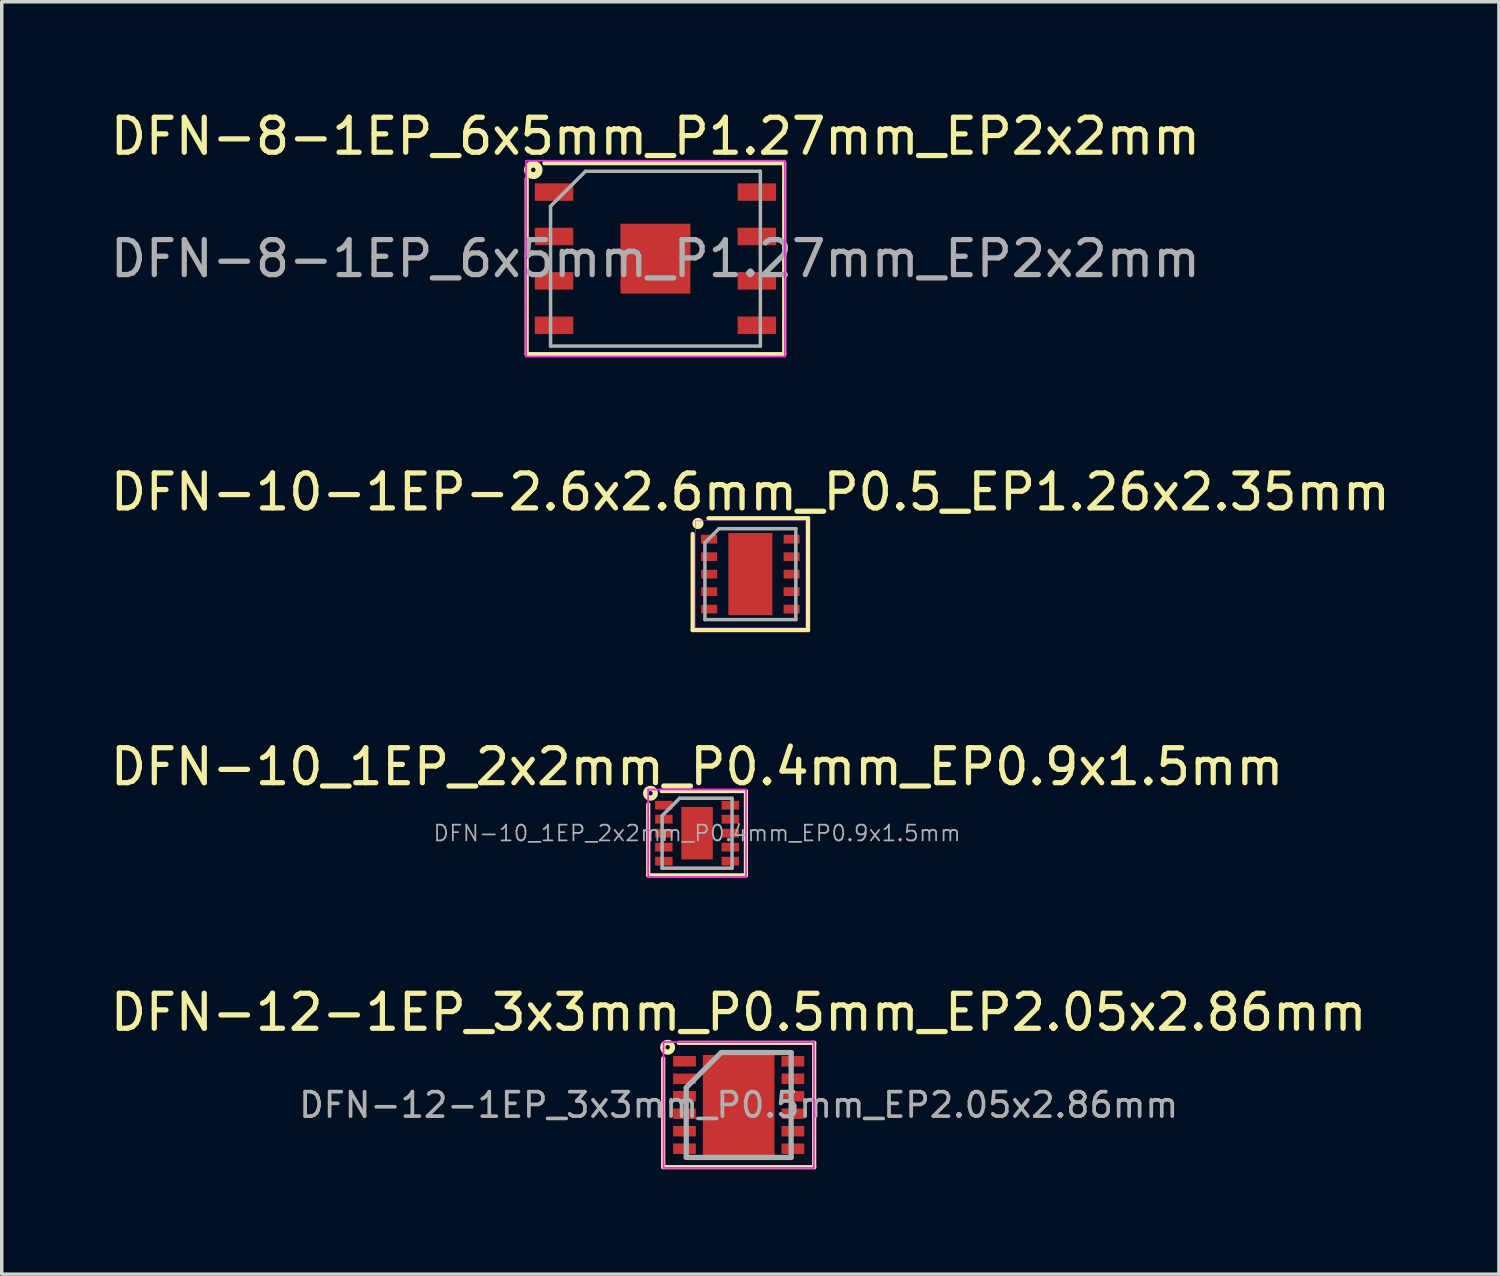
<source format=kicad_pcb>
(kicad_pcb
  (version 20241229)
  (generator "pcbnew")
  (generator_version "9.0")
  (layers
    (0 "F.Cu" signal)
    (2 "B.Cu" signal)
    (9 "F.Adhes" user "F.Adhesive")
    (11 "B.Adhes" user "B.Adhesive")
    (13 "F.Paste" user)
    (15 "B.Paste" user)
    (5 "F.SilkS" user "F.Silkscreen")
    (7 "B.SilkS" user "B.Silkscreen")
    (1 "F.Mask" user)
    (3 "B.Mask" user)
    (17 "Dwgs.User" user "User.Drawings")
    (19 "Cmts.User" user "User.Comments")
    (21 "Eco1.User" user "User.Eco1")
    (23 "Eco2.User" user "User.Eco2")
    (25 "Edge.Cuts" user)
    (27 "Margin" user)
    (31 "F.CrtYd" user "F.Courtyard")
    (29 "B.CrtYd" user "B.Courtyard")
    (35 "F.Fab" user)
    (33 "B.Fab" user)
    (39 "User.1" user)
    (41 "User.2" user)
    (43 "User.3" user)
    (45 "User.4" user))
  (footprint "DFN-10-1EP-2.6x2.6mm_P0.5_EP1.26x2.35mm"
    (layer "F.Cu")
    (at 18.411 13.371)
    (property "Reference" "DFN-10-1EP-2.6x2.6mm_P0.5_EP1.26x2.35mm" (at 0 -2.35 0) (unlocked yes) (layer "F.SilkS") (effects (font (size 1 1) (thickness 0.15))))
    (fp_line (start -1.65 1.6) (end -1.65 -1.15) (stroke (width 0.12) (type solid)) (layer "F.SilkS"))
    (fp_line (start -1.65 1.6) (end 1.65 1.6) (stroke (width 0.12) (type solid)) (layer "F.SilkS"))
    (fp_line (start 1.65 -1.6) (end -1.2 -1.6) (stroke (width 0.12) (type solid)) (layer "F.SilkS"))
    (fp_line (start 1.65 1.6) (end 1.65 -1.6) (stroke (width 0.12) (type solid)) (layer "F.SilkS"))
    (fp_circle (center -1.5 -1.45) (end -1.4 -1.45) (stroke (width 0.12) (type solid)) (fill yes) (layer "F.SilkS"))
    (fp_rect (start -0.5 -0.1) (end -0.1 -1.1) (stroke (width 0) (type solid)) (fill yes) (layer "F.Paste"))
    (fp_rect (start -0.5 1.1) (end -0.1 0.1) (stroke (width 0) (type solid)) (fill yes) (layer "F.Paste"))
    (fp_rect (start 0.1 -0.1) (end 0.5 -1.1) (stroke (width 0) (type solid)) (fill yes) (layer "F.Paste"))
    (fp_rect (start 0.1 1.1) (end 0.5 0.1) (stroke (width 0) (type solid)) (fill yes) (layer "F.Paste"))
    (fp_line (start -1.575 -1.525) (end -1.575 1.525) (stroke (width 0.013) (type solid)) (layer "F.CrtYd"))
    (fp_line (start -1.575 1.525) (end 1.575 1.525) (stroke (width 0.013) (type solid)) (layer "F.CrtYd"))
    (fp_line (start 1.575 -1.525) (end -1.575 -1.525) (stroke (width 0.013) (type solid)) (layer "F.CrtYd"))
    (fp_line (start 1.575 1.525) (end 1.575 -1.525) (stroke (width 0.013) (type solid)) (layer "F.CrtYd"))
    (fp_line (start -1.3 -0.9) (end -0.9 -1.3) (stroke (width 0.1) (type solid)) (layer "F.Fab"))
    (fp_line (start -1.3 1.3) (end -1.3 -0.9) (stroke (width 0.1) (type solid)) (layer "F.Fab"))
    (fp_line (start -0.9 -1.3) (end 1.3 -1.3) (stroke (width 0.1) (type solid)) (layer "F.Fab"))
    (fp_line (start 1.3 -1.3) (end 1.3 1.3) (stroke (width 0.1) (type solid)) (layer "F.Fab"))
    (fp_line (start 1.3 1.3) (end -1.3 1.3) (stroke (width 0.1) (type solid)) (layer "F.Fab"))
    (pad "1" smd rect (at -1.18 -1) (size 0.46 0.25) (layers "F.Cu" "F.Mask" "F.Paste"))
    (pad "2" smd rect (at -1.18 -0.5) (size 0.46 0.25) (layers "F.Cu" "F.Mask" "F.Paste"))
    (pad "3" smd rect (at -1.18 0) (size 0.46 0.25) (layers "F.Cu" "F.Mask" "F.Paste"))
    (pad "4" smd rect (at -1.18 0.5) (size 0.46 0.25) (layers "F.Cu" "F.Mask" "F.Paste"))
    (pad "5" smd rect (at -1.18 1) (size 0.46 0.25) (layers "F.Cu" "F.Mask" "F.Paste"))
    (pad "6" smd rect (at 1.18 1) (size 0.46 0.25) (layers "F.Cu" "F.Mask" "F.Paste"))
    (pad "7" smd rect (at 1.18 0.5) (size 0.46 0.25) (layers "F.Cu" "F.Mask" "F.Paste"))
    (pad "8" smd rect (at 1.18 0) (size 0.46 0.25) (layers "F.Cu" "F.Mask" "F.Paste"))
    (pad "9" smd rect (at 1.18 -0.5) (size 0.46 0.25) (layers "F.Cu" "F.Mask" "F.Paste"))
    (pad "10" smd rect (at 1.18 -1) (size 0.46 0.25) (layers "F.Cu" "F.Mask" "F.Paste"))
    (pad "11" smd rect (at 0 0) (size 1.26 2.35) (layers "F.Cu" "F.Mask")))
  (footprint "DFN-12-1EP_3x3mm_P0.5mm_EP2.05x2.86mm"
    (layer "F.Cu")
    (at 18.077 28.553)
    (property "Reference" "DFN-12-1EP_3x3mm_P0.5mm_EP2.05x2.86mm" (at 0 -2.65 0) (layer "F.SilkS") (effects (font (size 1 1) (thickness 0.15))))
    (attr smd)
    (fp_line (start -2.159 1.778) (end -2.159 -1.333) (stroke (width 0.12) (type solid)) (layer "F.SilkS"))
    (fp_line (start -1.714 -1.778) (end 2.095 -1.778) (stroke (width 0.12) (type solid)) (layer "F.SilkS"))
    (fp_line (start 2.095 -1.778) (end 2.159 -1.778) (stroke (width 0.12) (type solid)) (layer "F.SilkS"))
    (fp_line (start 2.159 -1.778) (end 2.159 1.778) (stroke (width 0.12) (type solid)) (layer "F.SilkS"))
    (fp_line (start 2.159 1.778) (end -2.159 1.778) (stroke (width 0.12) (type solid)) (layer "F.SilkS"))
    (fp_circle (center -2.032 -1.651) (end -1.968 -1.651) (stroke (width 0.15) (type solid)) (fill no) (layer "F.SilkS"))
    (fp_line (start -2.15 -1.8) (end -2.15 1.8) (stroke (width 0.05) (type solid)) (layer "F.CrtYd"))
    (fp_line (start -2.15 -1.8) (end 2.15 -1.8) (stroke (width 0.05) (type solid)) (layer "F.CrtYd"))
    (fp_line (start -2.15 1.8) (end 2.15 1.8) (stroke (width 0.05) (type solid)) (layer "F.CrtYd"))
    (fp_line (start 2.15 -1.8) (end 2.15 1.8) (stroke (width 0.05) (type solid)) (layer "F.CrtYd"))
    (fp_line (start -1.5 -0.5) (end -0.5 -1.5) (stroke (width 0.15) (type solid)) (layer "F.Fab"))
    (fp_line (start -1.5 1.5) (end -1.5 -0.5) (stroke (width 0.15) (type solid)) (layer "F.Fab"))
    (fp_line (start -0.5 -1.5) (end 1.5 -1.5) (stroke (width 0.15) (type solid)) (layer "F.Fab"))
    (fp_line (start 1.5 -1.5) (end 1.5 1.5) (stroke (width 0.15) (type solid)) (layer "F.Fab"))
    (fp_line (start 1.5 1.5) (end -1.5 1.5) (stroke (width 0.15) (type solid)) (layer "F.Fab"))
    (fp_text user "${REFERENCE}" (at 0 0 0) (layer "F.Fab") (effects (font (size 0.7 0.7) (thickness 0.105))))
    (pad "" smd rect (at -0.512 -0.715) (size 0.8 1.2) (layers "F.Paste"))
    (pad "" smd rect (at -0.512 0.715) (size 0.8 1.2) (layers "F.Paste"))
    (pad "" smd rect (at 0.512 -0.715) (size 0.8 1.2) (layers "F.Paste"))
    (pad "" smd rect (at 0.512 0.715) (size 0.8 1.2) (layers "F.Paste"))
    (pad "1" smd rect (at -1.55 -1.25) (size 0.65 0.3) (layers "F.Cu" "F.Mask" "F.Paste"))
    (pad "2" smd rect (at -1.55 -0.75) (size 0.65 0.3) (layers "F.Cu" "F.Mask" "F.Paste"))
    (pad "3" smd rect (at -1.55 -0.25) (size 0.65 0.3) (layers "F.Cu" "F.Mask" "F.Paste"))
    (pad "4" smd rect (at -1.55 0.25) (size 0.65 0.3) (layers "F.Cu" "F.Mask" "F.Paste"))
    (pad "5" smd rect (at -1.55 0.75) (size 0.65 0.3) (layers "F.Cu" "F.Mask" "F.Paste"))
    (pad "6" smd rect (at -1.55 1.25) (size 0.65 0.3) (layers "F.Cu" "F.Mask" "F.Paste"))
    (pad "7" smd rect (at 1.55 1.25) (size 0.65 0.3) (layers "F.Cu" "F.Mask" "F.Paste"))
    (pad "8" smd rect (at 1.55 0.75) (size 0.65 0.3) (layers "F.Cu" "F.Mask" "F.Paste"))
    (pad "9" smd rect (at 1.55 0.25) (size 0.65 0.3) (layers "F.Cu" "F.Mask" "F.Paste"))
    (pad "10" smd rect (at 1.55 -0.25) (size 0.65 0.3) (layers "F.Cu" "F.Mask" "F.Paste"))
    (pad "11" smd rect (at 1.55 -0.75) (size 0.65 0.3) (layers "F.Cu" "F.Mask" "F.Paste"))
    (pad "12" smd rect (at 1.55 -1.25) (size 0.65 0.3) (layers "F.Cu" "F.Mask" "F.Paste"))
    (pad "13" smd rect (at 0 0) (size 2.05 2.86) (layers "F.Cu" "F.Mask")))
  (footprint "DFN-10_1EP_2x2mm_P0.4mm_EP0.9x1.5mm"
    (layer "F.Cu")
    (at 16.887 20.78)
    (property "Reference" "DFN-10_1EP_2x2mm_P0.4mm_EP0.9x1.5mm" (at 0 -1.9 0) (layer "F.SilkS") (effects (font (size 1 1) (thickness 0.15))))
    (attr smd)
    (fp_line (start -1.397 1.206) (end -1.397 -0.826) (stroke (width 0.12) (type solid)) (layer "F.SilkS"))
    (fp_line (start -1.016 -1.206) (end 1.333 -1.206) (stroke (width 0.12) (type solid)) (layer "F.SilkS"))
    (fp_line (start 1.397 -1.206) (end 1.397 1.206) (stroke (width 0.12) (type solid)) (layer "F.SilkS"))
    (fp_line (start 1.397 1.206) (end -1.397 1.206) (stroke (width 0.12) (type solid)) (layer "F.SilkS"))
    (fp_circle (center -1.333 -1.143) (end -1.27 -1.143) (stroke (width 0.15) (type solid)) (fill no) (layer "F.SilkS"))
    (fp_line (start -1.4 1.25) (end -1.4 -1.25) (stroke (width 0.05) (type solid)) (layer "F.CrtYd"))
    (fp_line (start -1.4 1.25) (end 1.4 1.25) (stroke (width 0.05) (type solid)) (layer "F.CrtYd"))
    (fp_line (start 1.4 -1.25) (end -1.4 -1.25) (stroke (width 0.05) (type solid)) (layer "F.CrtYd"))
    (fp_line (start 1.4 -1.25) (end 1.4 1.25) (stroke (width 0.05) (type solid)) (layer "F.CrtYd"))
    (fp_line (start -1 -0.5) (end -1 1) (stroke (width 0.1) (type solid)) (layer "F.Fab"))
    (fp_line (start -0.5 -1) (end -1 -0.5) (stroke (width 0.1) (type solid)) (layer "F.Fab"))
    (fp_line (start 1 -1) (end -0.5 -1) (stroke (width 0.1) (type solid)) (layer "F.Fab"))
    (fp_line (start 1 1) (end -1 1) (stroke (width 0.1) (type solid)) (layer "F.Fab"))
    (fp_line (start 1 1) (end 1 -1) (stroke (width 0.1) (type solid)) (layer "F.Fab"))
    (fp_text user "${REFERENCE}" (at 0 0 0) (layer "F.Fab") (effects (font (size 0.45 0.45) (thickness 0.05))))
    (pad "1" smd rect (at -0.95 -0.8) (size 0.5 0.25) (layers "F.Cu" "F.Mask" "F.Paste"))
    (pad "2" smd rect (at -0.95 -0.4) (size 0.5 0.25) (layers "F.Cu" "F.Mask" "F.Paste"))
    (pad "3" smd rect (at -0.95 0) (size 0.5 0.25) (layers "F.Cu" "F.Mask" "F.Paste"))
    (pad "4" smd rect (at -0.95 0.4) (size 0.5 0.25) (layers "F.Cu" "F.Mask" "F.Paste"))
    (pad "5" smd rect (at -0.95 0.8) (size 0.5 0.25) (layers "F.Cu" "F.Mask" "F.Paste"))
    (pad "6" smd rect (at 0.95 0.8) (size 0.5 0.25) (layers "F.Cu" "F.Mask" "F.Paste"))
    (pad "7" smd rect (at 0.95 0.4) (size 0.5 0.25) (layers "F.Cu" "F.Mask" "F.Paste"))
    (pad "8" smd rect (at 0.95 0) (size 0.5 0.25) (layers "F.Cu" "F.Mask" "F.Paste"))
    (pad "9" smd rect (at 0.95 -0.4) (size 0.5 0.25) (layers "F.Cu" "F.Mask" "F.Paste"))
    (pad "10" smd rect (at 0.95 -0.8) (size 0.5 0.25) (layers "F.Cu" "F.Mask" "F.Paste"))
    (pad "11" smd rect (at 0 0) (size 0.9 1.5) (layers "F.Cu" "F.Mask" "F.Paste")))
  (footprint "DFN-8-1EP_6x5mm_P1.27mm_EP2x2mm"
    (layer "F.Cu")
    (at 15.696 4.348)
    (property "Reference" "DFN-8-1EP_6x5mm_P1.27mm_EP2x2mm" (at 0 -3.5 0) (layer "F.SilkS") (effects (font (size 1 1) (thickness 0.15))))
    (attr smd)
    (fp_line (start -3.683 -2.286) (end -3.683 2.731) (stroke (width 0.12) (type solid)) (layer "F.SilkS"))
    (fp_line (start -3.683 2.731) (end 3.683 2.731) (stroke (width 0.12) (type solid)) (layer "F.SilkS"))
    (fp_line (start 3.683 -2.731) (end -3.175 -2.731) (stroke (width 0.12) (type solid)) (layer "F.SilkS"))
    (fp_line (start 3.683 2.731) (end 3.683 -2.731) (stroke (width 0.12) (type solid)) (layer "F.SilkS"))
    (fp_circle (center -3.493 -2.54) (end -3.429 -2.54) (stroke (width 0.2) (type solid)) (fill no) (layer "F.SilkS"))
    (fp_line (start -3.7 -2.8) (end 3.7 -2.8) (stroke (width 0.05) (type solid)) (layer "F.CrtYd"))
    (fp_line (start -3.7 2.8) (end -3.7 -2.8) (stroke (width 0.05) (type solid)) (layer "F.CrtYd"))
    (fp_line (start 3.7 -2.8) (end 3.7 2.8) (stroke (width 0.05) (type solid)) (layer "F.CrtYd"))
    (fp_line (start 3.7 2.8) (end -3.7 2.8) (stroke (width 0.05) (type solid)) (layer "F.CrtYd"))
    (fp_line (start -3 2.5) (end -3 -1.5) (stroke (width 0.1) (type solid)) (layer "F.Fab"))
    (fp_line (start -2 -2.5) (end -3 -1.5) (stroke (width 0.1) (type solid)) (layer "F.Fab"))
    (fp_line (start -2 -2.5) (end 3 -2.5) (stroke (width 0.1) (type solid)) (layer "F.Fab"))
    (fp_line (start 3 -2.5) (end 3 2.5) (stroke (width 0.1) (type solid)) (layer "F.Fab"))
    (fp_line (start 3 2.5) (end -3 2.5) (stroke (width 0.1) (type solid)) (layer "F.Fab"))
    (fp_text user "${REFERENCE}" (at 0 0 0) (layer "F.Fab") (effects (font (size 1 1) (thickness 0.15))))
    (pad "" smd rect (at -0.5 -0.5 270) (size 0.8 0.8) (layers "F.Paste"))
    (pad "" smd rect (at -0.5 0.5 270) (size 0.8 0.8) (layers "F.Paste"))
    (pad "" smd rect (at 0.5 -0.5 270) (size 0.8 0.8) (layers "F.Paste"))
    (pad "" smd rect (at 0.5 0.5 270) (size 0.8 0.8) (layers "F.Paste"))
    (pad "1" smd rect (at -2.9 -1.905 270) (size 0.5 1.1) (layers "F.Cu" "F.Mask" "F.Paste"))
    (pad "2" smd rect (at -2.9 -0.635 270) (size 0.5 1.1) (layers "F.Cu" "F.Mask" "F.Paste"))
    (pad "3" smd rect (at -2.9 0.635 270) (size 0.5 1.1) (layers "F.Cu" "F.Mask" "F.Paste"))
    (pad "4" smd rect (at -2.9 1.905 270) (size 0.5 1.1) (layers "F.Cu" "F.Mask" "F.Paste"))
    (pad "5" smd rect (at 2.9 1.905 270) (size 0.5 1.1) (layers "F.Cu" "F.Mask" "F.Paste"))
    (pad "6" smd rect (at 2.9 0.635 270) (size 0.5 1.1) (layers "F.Cu" "F.Mask" "F.Paste"))
    (pad "7" smd rect (at 2.9 -0.635 270) (size 0.5 1.1) (layers "F.Cu" "F.Mask" "F.Paste"))
    (pad "8" smd rect (at 2.9 -1.905 270) (size 0.5 1.1) (layers "F.Cu" "F.Mask" "F.Paste"))
    (pad "9" smd rect (at 0 0 270) (size 2 2) (layers "F.Cu" "F.Mask")))
  (gr_rect
    (start -3 -3)
    (end 39.821 33.391)
    (stroke (width 0.1) (type default))
    (fill no)
    (layer "Edge.Cuts")))
</source>
